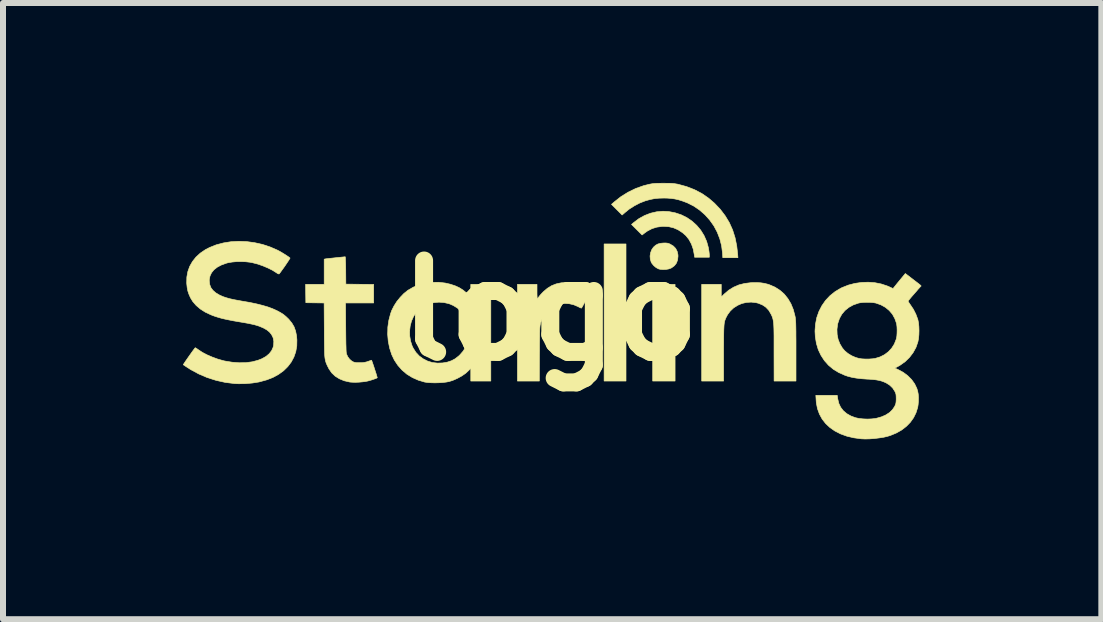
<source format=kicad_pcb>
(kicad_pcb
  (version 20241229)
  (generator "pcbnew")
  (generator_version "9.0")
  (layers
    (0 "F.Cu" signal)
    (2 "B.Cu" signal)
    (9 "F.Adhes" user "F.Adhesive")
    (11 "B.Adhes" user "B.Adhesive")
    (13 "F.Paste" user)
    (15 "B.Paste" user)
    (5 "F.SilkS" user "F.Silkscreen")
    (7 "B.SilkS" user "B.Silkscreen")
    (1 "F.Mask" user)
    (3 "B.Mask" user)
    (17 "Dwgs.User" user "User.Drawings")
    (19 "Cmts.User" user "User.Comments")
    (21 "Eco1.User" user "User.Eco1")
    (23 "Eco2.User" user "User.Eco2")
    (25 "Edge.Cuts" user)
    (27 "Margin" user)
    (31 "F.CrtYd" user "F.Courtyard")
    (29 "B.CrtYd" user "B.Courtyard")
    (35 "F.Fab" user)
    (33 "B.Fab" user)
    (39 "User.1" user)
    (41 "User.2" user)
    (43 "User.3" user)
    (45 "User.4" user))
  (footprint "logo"
    (layer "F.Cu")
    (at 6.125 2.128)
    (property "Reference" "logo" (at 0 0 0) (layer "F.SilkS") (effects (font (size 1.524 1.524) (thickness 0.3))))
    (attr through_hole)
    (fp_poly (pts (xy 1.262 1.175) (xy 0.897 1.175) (xy 0.897 -1.111) (xy 1.262 -1.111) (xy 1.262 1.175)) (stroke (width 0.01) (type solid)) (fill yes) (layer "F.SilkS"))
    (fp_poly (pts (xy 2.08 1.175) (xy 1.707 1.175) (xy 1.707 -0.437) (xy 2.08 -0.437) (xy 2.08 1.175)) (stroke (width 0.01) (type solid)) (fill yes) (layer "F.SilkS"))
    (fp_poly (pts (xy 1.943 -1.125) (xy 1.965 -1.121) (xy 1.989 -1.112) (xy 1.999 -1.107) (xy 2.051 -1.076) (xy 2.09 -1.036) (xy 2.115 -0.987) (xy 2.128 -0.93) (xy 2.129 -0.905) (xy 2.122 -0.844) (xy 2.103 -0.792) (xy 2.07 -0.749) (xy 2.023 -0.714) (xy 2.012 -0.708) (xy 1.974 -0.694) (xy 1.927 -0.686) (xy 1.877 -0.684) (xy 1.831 -0.688) (xy 1.804 -0.695) (xy 1.765 -0.716) (xy 1.727 -0.747) (xy 1.696 -0.784) (xy 1.682 -0.807) (xy 1.667 -0.857) (xy 1.663 -0.91) (xy 1.672 -0.965) (xy 1.691 -1.015) (xy 1.72 -1.057) (xy 1.721 -1.058) (xy 1.757 -1.09) (xy 1.796 -1.111) (xy 1.843 -1.122) (xy 1.882 -1.126) (xy 1.917 -1.127) (xy 1.943 -1.125)) (stroke (width 0.01) (type solid)) (fill yes) (layer "F.SilkS"))
    (fp_poly (pts (xy 1.974 -1.651) (xy 2.082 -1.63) (xy 2.184 -1.596) (xy 2.278 -1.549) (xy 2.364 -1.49) (xy 2.441 -1.42) (xy 2.508 -1.34) (xy 2.563 -1.251) (xy 2.606 -1.154) (xy 2.635 -1.05) (xy 2.639 -1.026) (xy 2.645 -0.99) (xy 2.649 -0.955) (xy 2.651 -0.928) (xy 2.651 -0.924) (xy 2.651 -0.889) (xy 2.406 -0.889) (xy 2.401 -0.927) (xy 2.383 -1.024) (xy 2.353 -1.109) (xy 2.312 -1.185) (xy 2.26 -1.25) (xy 2.205 -1.298) (xy 2.13 -1.347) (xy 2.054 -1.38) (xy 1.974 -1.399) (xy 1.887 -1.404) (xy 1.862 -1.403) (xy 1.775 -1.391) (xy 1.695 -1.366) (xy 1.62 -1.327) (xy 1.572 -1.293) (xy 1.53 -1.26) (xy 1.354 -1.436) (xy 1.389 -1.466) (xy 1.476 -1.532) (xy 1.57 -1.584) (xy 1.67 -1.623) (xy 1.773 -1.647) (xy 1.878 -1.656) (xy 1.974 -1.651)) (stroke (width 0.01) (type solid)) (fill yes) (layer "F.SilkS"))
    (fp_poly (pts (xy 1.949 -2.122) (xy 1.995 -2.122) (xy 2.033 -2.12) (xy 2.065 -2.117) (xy 2.095 -2.112) (xy 2.126 -2.107) (xy 2.133 -2.105) (xy 2.272 -2.067) (xy 2.403 -2.016) (xy 2.526 -1.952) (xy 2.639 -1.874) (xy 2.736 -1.791) (xy 2.833 -1.689) (xy 2.915 -1.581) (xy 2.984 -1.467) (xy 3.039 -1.345) (xy 3.08 -1.216) (xy 3.108 -1.078) (xy 3.123 -0.947) (xy 3.128 -0.881) (xy 2.876 -0.881) (xy 2.871 -0.958) (xy 2.856 -1.079) (xy 2.826 -1.196) (xy 2.783 -1.307) (xy 2.727 -1.412) (xy 2.658 -1.509) (xy 2.579 -1.597) (xy 2.49 -1.675) (xy 2.392 -1.742) (xy 2.285 -1.796) (xy 2.208 -1.825) (xy 2.139 -1.847) (xy 2.077 -1.861) (xy 2.015 -1.87) (xy 1.949 -1.875) (xy 1.897 -1.876) (xy 1.814 -1.874) (xy 1.739 -1.867) (xy 1.669 -1.853) (xy 1.595 -1.833) (xy 1.582 -1.829) (xy 1.492 -1.794) (xy 1.402 -1.747) (xy 1.317 -1.693) (xy 1.244 -1.634) (xy 1.197 -1.593) (xy 1.02 -1.771) (xy 1.067 -1.812) (xy 1.177 -1.899) (xy 1.296 -1.973) (xy 1.423 -2.035) (xy 1.555 -2.082) (xy 1.646 -2.105) (xy 1.677 -2.111) (xy 1.706 -2.116) (xy 1.738 -2.119) (xy 1.774 -2.121) (xy 1.819 -2.122) (xy 1.875 -2.123) (xy 1.889 -2.123) (xy 1.949 -2.122)) (stroke (width 0.01) (type solid)) (fill yes) (layer "F.SilkS"))
    (fp_poly (pts (xy 0.371 -0.462) (xy 0.465 -0.443) (xy 0.524 -0.423) (xy 0.554 -0.41) (xy 0.586 -0.393) (xy 0.617 -0.375) (xy 0.644 -0.357) (xy 0.664 -0.342) (xy 0.674 -0.332) (xy 0.675 -0.33) (xy 0.671 -0.321) (xy 0.661 -0.301) (xy 0.646 -0.273) (xy 0.628 -0.238) (xy 0.608 -0.2) (xy 0.587 -0.161) (xy 0.566 -0.123) (xy 0.548 -0.09) (xy 0.533 -0.063) (xy 0.523 -0.046) (xy 0.519 -0.041) (xy 0.511 -0.043) (xy 0.493 -0.05) (xy 0.468 -0.063) (xy 0.463 -0.066) (xy 0.39 -0.097) (xy 0.317 -0.114) (xy 0.245 -0.119) (xy 0.161 -0.112) (xy 0.085 -0.091) (xy 0.018 -0.057) (xy -0.041 -0.01) (xy -0.091 0.05) (xy -0.131 0.122) (xy -0.161 0.204) (xy -0.164 0.218) (xy -0.167 0.231) (xy -0.17 0.246) (xy -0.172 0.263) (xy -0.174 0.284) (xy -0.176 0.311) (xy -0.177 0.344) (xy -0.178 0.385) (xy -0.178 0.436) (xy -0.179 0.498) (xy -0.18 0.571) (xy -0.18 0.659) (xy -0.181 0.72) (xy -0.183 1.175) (xy -0.548 1.175) (xy -0.548 -0.437) (xy -0.222 -0.437) (xy -0.222 -0.318) (xy -0.222 -0.276) (xy -0.221 -0.241) (xy -0.219 -0.215) (xy -0.217 -0.2) (xy -0.216 -0.198) (xy -0.208 -0.205) (xy -0.197 -0.22) (xy -0.195 -0.224) (xy -0.183 -0.24) (xy -0.163 -0.264) (xy -0.137 -0.292) (xy -0.116 -0.314) (xy -0.049 -0.371) (xy 0.022 -0.415) (xy 0.099 -0.445) (xy 0.182 -0.463) (xy 0.272 -0.468) (xy 0.371 -0.462)) (stroke (width 0.01) (type solid)) (fill yes) (layer "F.SilkS"))
    (fp_poly (pts (xy 3.508 -0.463) (xy 3.568 -0.454) (xy 3.628 -0.439) (xy 3.657 -0.429) (xy 3.747 -0.39) (xy 3.828 -0.338) (xy 3.9 -0.275) (xy 3.961 -0.199) (xy 4.012 -0.113) (xy 4.051 -0.017) (xy 4.079 0.089) (xy 4.084 0.114) (xy 4.086 0.132) (xy 4.088 0.152) (xy 4.09 0.178) (xy 4.092 0.209) (xy 4.093 0.248) (xy 4.094 0.296) (xy 4.095 0.353) (xy 4.095 0.421) (xy 4.096 0.501) (xy 4.096 0.595) (xy 4.096 0.68) (xy 4.096 1.175) (xy 3.731 1.175) (xy 3.73 0.7) (xy 3.73 0.595) (xy 3.73 0.504) (xy 3.73 0.426) (xy 3.729 0.36) (xy 3.728 0.305) (xy 3.726 0.259) (xy 3.724 0.22) (xy 3.72 0.188) (xy 3.716 0.161) (xy 3.711 0.138) (xy 3.705 0.118) (xy 3.698 0.098) (xy 3.689 0.078) (xy 3.679 0.058) (xy 3.642 -0.005) (xy 3.595 -0.055) (xy 3.537 -0.094) (xy 3.469 -0.122) (xy 3.429 -0.132) (xy 3.349 -0.141) (xy 3.27 -0.136) (xy 3.193 -0.118) (xy 3.122 -0.087) (xy 3.056 -0.045) (xy 3 0.008) (xy 2.954 0.07) (xy 2.942 0.094) (xy 2.931 0.114) (xy 2.922 0.134) (xy 2.915 0.152) (xy 2.908 0.172) (xy 2.903 0.194) (xy 2.899 0.22) (xy 2.896 0.251) (xy 2.894 0.288) (xy 2.892 0.333) (xy 2.891 0.387) (xy 2.89 0.452) (xy 2.89 0.528) (xy 2.889 0.618) (xy 2.889 0.712) (xy 2.889 1.175) (xy 2.524 1.175) (xy 2.524 -0.437) (xy 2.85 -0.437) (xy 2.85 -0.227) (xy 2.899 -0.275) (xy 2.975 -0.34) (xy 3.056 -0.39) (xy 3.144 -0.428) (xy 3.239 -0.452) (xy 3.344 -0.465) (xy 3.365 -0.466) (xy 3.442 -0.467) (xy 3.508 -0.463)) (stroke (width 0.01) (type solid)) (fill yes) (layer "F.SilkS"))
    (fp_poly (pts (xy -1.752 -0.459) (xy -1.669 -0.44) (xy -1.587 -0.413) (xy -1.517 -0.381) (xy -1.454 -0.341) (xy -1.393 -0.291) (xy -1.375 -0.275) (xy -1.326 -0.228) (xy -1.326 -0.437) (xy -0.992 -0.437) (xy -0.992 1.175) (xy -1.326 1.175) (xy -1.326 0.961) (xy -1.359 0.997) (xy -1.411 1.045) (xy -1.476 1.09) (xy -1.549 1.13) (xy -1.626 1.164) (xy -1.687 1.183) (xy -1.734 1.192) (xy -1.792 1.199) (xy -1.856 1.203) (xy -1.924 1.205) (xy -1.989 1.203) (xy -2.048 1.199) (xy -2.095 1.192) (xy -2.202 1.16) (xy -2.301 1.116) (xy -2.392 1.06) (xy -2.472 0.992) (xy -2.542 0.913) (xy -2.601 0.824) (xy -2.643 0.736) (xy -2.679 0.626) (xy -2.702 0.511) (xy -2.712 0.394) (xy -2.71 0.339) (xy -2.346 0.339) (xy -2.344 0.424) (xy -2.33 0.508) (xy -2.304 0.588) (xy -2.286 0.626) (xy -2.241 0.697) (xy -2.185 0.757) (xy -2.119 0.805) (xy -2.046 0.842) (xy -1.967 0.866) (xy -1.882 0.876) (xy -1.794 0.873) (xy -1.718 0.86) (xy -1.649 0.837) (xy -1.587 0.804) (xy -1.528 0.758) (xy -1.508 0.739) (xy -1.454 0.677) (xy -1.414 0.612) (xy -1.386 0.542) (xy -1.37 0.464) (xy -1.364 0.375) (xy -1.364 0.369) (xy -1.371 0.273) (xy -1.39 0.185) (xy -1.423 0.107) (xy -1.468 0.037) (xy -1.527 -0.024) (xy -1.549 -0.042) (xy -1.618 -0.085) (xy -1.693 -0.116) (xy -1.773 -0.134) (xy -1.856 -0.14) (xy -1.939 -0.133) (xy -2.019 -0.115) (xy -2.095 -0.084) (xy -2.164 -0.041) (xy -2.184 -0.024) (xy -2.238 0.033) (xy -2.281 0.1) (xy -2.314 0.174) (xy -2.336 0.255) (xy -2.346 0.339) (xy -2.71 0.339) (xy -2.709 0.276) (xy -2.692 0.161) (xy -2.663 0.051) (xy -2.643 -0.004) (xy -2.606 -0.077) (xy -2.559 -0.151) (xy -2.503 -0.22) (xy -2.443 -0.283) (xy -2.381 -0.333) (xy -2.373 -0.339) (xy -2.283 -0.391) (xy -2.185 -0.43) (xy -2.08 -0.457) (xy -1.972 -0.471) (xy -1.862 -0.472) (xy -1.752 -0.459)) (stroke (width 0.01) (type solid)) (fill yes) (layer "F.SilkS"))
    (fp_poly (pts (xy -3.418 -0.889) (xy -3.416 -0.868) (xy -3.415 -0.834) (xy -3.413 -0.791) (xy -3.412 -0.74) (xy -3.411 -0.683) (xy -3.411 -0.669) (xy -3.409 -0.441) (xy -2.945 -0.436) (xy -2.945 -0.127) (xy -3.414 -0.127) (xy -3.411 0.284) (xy -3.41 0.387) (xy -3.409 0.476) (xy -3.408 0.55) (xy -3.406 0.61) (xy -3.405 0.657) (xy -3.403 0.691) (xy -3.4 0.714) (xy -3.398 0.724) (xy -3.377 0.77) (xy -3.346 0.811) (xy -3.31 0.842) (xy -3.298 0.849) (xy -3.278 0.859) (xy -3.258 0.864) (xy -3.235 0.868) (xy -3.204 0.869) (xy -3.179 0.869) (xy -3.135 0.868) (xy -3.1 0.864) (xy -3.068 0.857) (xy -3.04 0.848) (xy -3.012 0.838) (xy -2.991 0.831) (xy -2.981 0.828) (xy -2.98 0.828) (xy -2.975 0.841) (xy -2.966 0.866) (xy -2.955 0.898) (xy -2.942 0.936) (xy -2.929 0.977) (xy -2.916 1.017) (xy -2.904 1.054) (xy -2.895 1.085) (xy -2.888 1.108) (xy -2.885 1.119) (xy -2.885 1.119) (xy -2.895 1.126) (xy -2.917 1.135) (xy -2.948 1.146) (xy -2.984 1.158) (xy -3.023 1.169) (xy -3.045 1.175) (xy -3.086 1.183) (xy -3.136 1.189) (xy -3.192 1.194) (xy -3.247 1.196) (xy -3.298 1.195) (xy -3.34 1.192) (xy -3.346 1.191) (xy -3.437 1.17) (xy -3.517 1.137) (xy -3.586 1.094) (xy -3.644 1.039) (xy -3.69 0.973) (xy -3.705 0.943) (xy -3.718 0.918) (xy -3.728 0.895) (xy -3.737 0.874) (xy -3.744 0.853) (xy -3.75 0.83) (xy -3.755 0.804) (xy -3.759 0.774) (xy -3.762 0.739) (xy -3.764 0.696) (xy -3.765 0.644) (xy -3.766 0.582) (xy -3.767 0.509) (xy -3.768 0.422) (xy -3.768 0.324) (xy -3.771 -0.127) (xy -3.924 -0.129) (xy -4.076 -0.131) (xy -4.078 -0.284) (xy -4.08 -0.437) (xy -3.77 -0.437) (xy -3.77 -0.857) (xy -3.752 -0.861) (xy -3.741 -0.863) (xy -3.716 -0.866) (xy -3.682 -0.87) (xy -3.641 -0.874) (xy -3.596 -0.879) (xy -3.551 -0.884) (xy -3.508 -0.888) (xy -3.47 -0.892) (xy -3.441 -0.895) (xy -3.423 -0.897) (xy -3.419 -0.897) (xy -3.418 -0.889)) (stroke (width 0.01) (type solid)) (fill yes) (layer "F.SilkS"))
    (fp_poly (pts (xy -5.062 -1.15) (xy -4.93 -1.132) (xy -4.799 -1.103) (xy -4.672 -1.061) (xy -4.55 -1.008) (xy -4.516 -0.99) (xy -4.486 -0.973) (xy -4.453 -0.953) (xy -4.419 -0.932) (xy -4.387 -0.911) (xy -4.362 -0.894) (xy -4.344 -0.88) (xy -4.339 -0.875) (xy -4.343 -0.868) (xy -4.354 -0.85) (xy -4.371 -0.823) (xy -4.392 -0.792) (xy -4.416 -0.756) (xy -4.441 -0.72) (xy -4.466 -0.686) (xy -4.488 -0.655) (xy -4.506 -0.63) (xy -4.519 -0.614) (xy -4.522 -0.611) (xy -4.532 -0.611) (xy -4.551 -0.62) (xy -4.568 -0.632) (xy -4.633 -0.673) (xy -4.71 -0.711) (xy -4.793 -0.746) (xy -4.88 -0.776) (xy -4.966 -0.798) (xy -5.008 -0.806) (xy -5.078 -0.814) (xy -5.154 -0.817) (xy -5.232 -0.816) (xy -5.306 -0.809) (xy -5.372 -0.798) (xy -5.401 -0.79) (xy -5.484 -0.76) (xy -5.552 -0.724) (xy -5.607 -0.681) (xy -5.648 -0.631) (xy -5.674 -0.576) (xy -5.686 -0.515) (xy -5.686 -0.495) (xy -5.679 -0.436) (xy -5.66 -0.384) (xy -5.626 -0.338) (xy -5.578 -0.296) (xy -5.516 -0.259) (xy -5.505 -0.254) (xy -5.458 -0.233) (xy -5.405 -0.215) (xy -5.345 -0.198) (xy -5.274 -0.182) (xy -5.192 -0.167) (xy -5.143 -0.158) (xy -5.014 -0.136) (xy -4.9 -0.112) (xy -4.8 -0.087) (xy -4.711 -0.061) (xy -4.632 -0.032) (xy -4.563 -0.001) (xy -4.553 0.004) (xy -4.496 0.035) (xy -4.449 0.065) (xy -4.408 0.099) (xy -4.365 0.14) (xy -4.357 0.149) (xy -4.309 0.208) (xy -4.272 0.271) (xy -4.247 0.341) (xy -4.231 0.42) (xy -4.225 0.489) (xy -4.227 0.59) (xy -4.244 0.686) (xy -4.275 0.775) (xy -4.32 0.859) (xy -4.377 0.934) (xy -4.447 1.003) (xy -4.53 1.063) (xy -4.623 1.114) (xy -4.728 1.155) (xy -4.844 1.187) (xy -4.86 1.191) (xy -4.968 1.208) (xy -5.082 1.218) (xy -5.194 1.22) (xy -5.263 1.217) (xy -5.418 1.198) (xy -5.571 1.164) (xy -5.72 1.117) (xy -5.862 1.056) (xy -5.997 0.983) (xy -6.05 0.949) (xy -6.12 0.903) (xy -6.106 0.881) (xy -6.085 0.849) (xy -6.06 0.813) (xy -6.033 0.774) (xy -6.006 0.736) (xy -5.98 0.699) (xy -5.957 0.667) (xy -5.938 0.642) (xy -5.925 0.625) (xy -5.919 0.619) (xy -5.911 0.624) (xy -5.893 0.635) (xy -5.869 0.652) (xy -5.866 0.654) (xy -5.801 0.697) (xy -5.723 0.738) (xy -5.637 0.775) (xy -5.547 0.808) (xy -5.457 0.834) (xy -5.427 0.841) (xy -5.305 0.861) (xy -5.188 0.87) (xy -5.075 0.868) (xy -4.969 0.854) (xy -4.872 0.828) (xy -4.806 0.802) (xy -4.739 0.764) (xy -4.686 0.719) (xy -4.646 0.668) (xy -4.621 0.611) (xy -4.613 0.577) (xy -4.61 0.512) (xy -4.621 0.454) (xy -4.647 0.401) (xy -4.683 0.357) (xy -4.728 0.321) (xy -4.785 0.289) (xy -4.854 0.26) (xy -4.936 0.235) (xy -5.033 0.214) (xy -5.1 0.202) (xy -5.201 0.185) (xy -5.288 0.17) (xy -5.364 0.155) (xy -5.43 0.141) (xy -5.488 0.127) (xy -5.54 0.112) (xy -5.588 0.097) (xy -5.635 0.08) (xy -5.662 0.069) (xy -5.755 0.025) (xy -5.836 -0.027) (xy -5.905 -0.086) (xy -5.961 -0.151) (xy -6 -0.215) (xy -6.025 -0.272) (xy -6.043 -0.325) (xy -6.054 -0.38) (xy -6.061 -0.444) (xy -6.062 -0.461) (xy -6.06 -0.558) (xy -6.043 -0.651) (xy -6.012 -0.737) (xy -5.966 -0.818) (xy -5.908 -0.891) (xy -5.835 -0.958) (xy -5.75 -1.016) (xy -5.682 -1.051) (xy -5.57 -1.096) (xy -5.449 -1.128) (xy -5.324 -1.148) (xy -5.194 -1.155) (xy -5.062 -1.15)) (stroke (width 0.01) (type solid)) (fill yes) (layer "F.SilkS"))
    (fp_poly (pts (xy 6.03 -0.533) (xy 6.078 -0.496) (xy 6.116 -0.467) (xy 6.143 -0.446) (xy 6.162 -0.431) (xy 6.174 -0.42) (xy 6.18 -0.414) (xy 6.182 -0.41) (xy 6.181 -0.408) (xy 6.179 -0.406) (xy 6.171 -0.399) (xy 6.155 -0.381) (xy 6.133 -0.357) (xy 6.107 -0.326) (xy 6.078 -0.293) (xy 6.049 -0.26) (xy 6.021 -0.228) (xy 5.997 -0.199) (xy 5.979 -0.177) (xy 5.968 -0.164) (xy 5.966 -0.161) (xy 5.968 -0.151) (xy 5.979 -0.132) (xy 5.996 -0.106) (xy 6.005 -0.094) (xy 6.054 -0.02) (xy 6.095 0.061) (xy 6.125 0.142) (xy 6.129 0.155) (xy 6.139 0.207) (xy 6.145 0.269) (xy 6.147 0.337) (xy 6.145 0.404) (xy 6.139 0.467) (xy 6.129 0.519) (xy 6.129 0.52) (xy 6.096 0.615) (xy 6.048 0.702) (xy 5.988 0.781) (xy 5.916 0.851) (xy 5.832 0.911) (xy 5.795 0.932) (xy 5.744 0.959) (xy 5.797 0.983) (xy 5.884 1.03) (xy 5.959 1.086) (xy 6.023 1.15) (xy 6.074 1.221) (xy 6.111 1.298) (xy 6.125 1.344) (xy 6.134 1.392) (xy 6.138 1.45) (xy 6.137 1.512) (xy 6.132 1.572) (xy 6.125 1.615) (xy 6.097 1.704) (xy 6.056 1.787) (xy 6.001 1.864) (xy 5.934 1.932) (xy 5.856 1.992) (xy 5.767 2.042) (xy 5.67 2.082) (xy 5.628 2.095) (xy 5.562 2.111) (xy 5.486 2.123) (xy 5.405 2.133) (xy 5.325 2.139) (xy 5.25 2.141) (xy 5.184 2.138) (xy 5.183 2.138) (xy 5.058 2.121) (xy 4.944 2.094) (xy 4.839 2.056) (xy 4.745 2.008) (xy 4.663 1.951) (xy 4.592 1.885) (xy 4.533 1.81) (xy 4.487 1.726) (xy 4.454 1.635) (xy 4.435 1.537) (xy 4.432 1.494) (xy 4.427 1.413) (xy 4.783 1.413) (xy 4.792 1.472) (xy 4.81 1.547) (xy 4.841 1.613) (xy 4.886 1.671) (xy 4.943 1.719) (xy 5.012 1.758) (xy 5.088 1.786) (xy 5.147 1.799) (xy 5.215 1.806) (xy 5.288 1.809) (xy 5.36 1.806) (xy 5.426 1.798) (xy 5.439 1.795) (xy 5.521 1.772) (xy 5.594 1.74) (xy 5.656 1.7) (xy 5.705 1.652) (xy 5.742 1.597) (xy 5.745 1.59) (xy 5.756 1.565) (xy 5.762 1.543) (xy 5.765 1.517) (xy 5.767 1.483) (xy 5.767 1.468) (xy 5.766 1.431) (xy 5.764 1.403) (xy 5.759 1.381) (xy 5.75 1.359) (xy 5.744 1.347) (xy 5.708 1.291) (xy 5.658 1.243) (xy 5.598 1.205) (xy 5.593 1.203) (xy 5.554 1.186) (xy 5.516 1.173) (xy 5.476 1.163) (xy 5.431 1.155) (xy 5.378 1.149) (xy 5.313 1.144) (xy 5.283 1.143) (xy 5.187 1.136) (xy 5.103 1.126) (xy 5.029 1.113) (xy 4.962 1.096) (xy 4.912 1.079) (xy 4.81 1.034) (xy 4.718 0.978) (xy 4.637 0.91) (xy 4.569 0.833) (xy 4.512 0.745) (xy 4.467 0.65) (xy 4.436 0.546) (xy 4.418 0.434) (xy 4.413 0.344) (xy 4.415 0.313) (xy 4.779 0.313) (xy 4.782 0.398) (xy 4.798 0.479) (xy 4.828 0.555) (xy 4.869 0.624) (xy 4.909 0.671) (xy 4.962 0.715) (xy 5.024 0.753) (xy 5.091 0.782) (xy 5.144 0.797) (xy 5.193 0.805) (xy 5.251 0.808) (xy 5.312 0.808) (xy 5.371 0.804) (xy 5.415 0.798) (xy 5.497 0.773) (xy 5.571 0.736) (xy 5.636 0.687) (xy 5.691 0.628) (xy 5.735 0.559) (xy 5.765 0.483) (xy 5.772 0.46) (xy 5.778 0.423) (xy 5.781 0.375) (xy 5.782 0.323) (xy 5.78 0.273) (xy 5.775 0.23) (xy 5.772 0.214) (xy 5.744 0.134) (xy 5.704 0.061) (xy 5.651 -0.001) (xy 5.587 -0.054) (xy 5.513 -0.095) (xy 5.429 -0.125) (xy 5.385 -0.133) (xy 5.331 -0.137) (xy 5.272 -0.138) (xy 5.215 -0.136) (xy 5.163 -0.13) (xy 5.136 -0.124) (xy 5.05 -0.094) (xy 4.976 -0.053) (xy 4.912 -0.001) (xy 4.86 0.061) (xy 4.82 0.133) (xy 4.793 0.214) (xy 4.79 0.226) (xy 4.779 0.313) (xy 4.415 0.313) (xy 4.421 0.229) (xy 4.442 0.119) (xy 4.478 0.016) (xy 4.527 -0.08) (xy 4.588 -0.168) (xy 4.662 -0.247) (xy 4.748 -0.316) (xy 4.845 -0.374) (xy 4.869 -0.385) (xy 4.97 -0.425) (xy 5.077 -0.453) (xy 5.188 -0.469) (xy 5.3 -0.473) (xy 5.41 -0.465) (xy 5.516 -0.444) (xy 5.616 -0.411) (xy 5.649 -0.397) (xy 5.714 -0.367) (xy 5.756 -0.419) (xy 5.779 -0.448) (xy 5.808 -0.483) (xy 5.839 -0.521) (xy 5.859 -0.545) (xy 5.919 -0.618) (xy 6.03 -0.533)) (stroke (width 0.01) (type solid)) (fill yes) (layer "F.SilkS")))
  (gr_rect
    (start -3 -3)
    (end 15.312 7.274)
    (stroke (width 0.1) (type default))
    (fill no)
    (layer "Edge.Cuts")))
</source>
